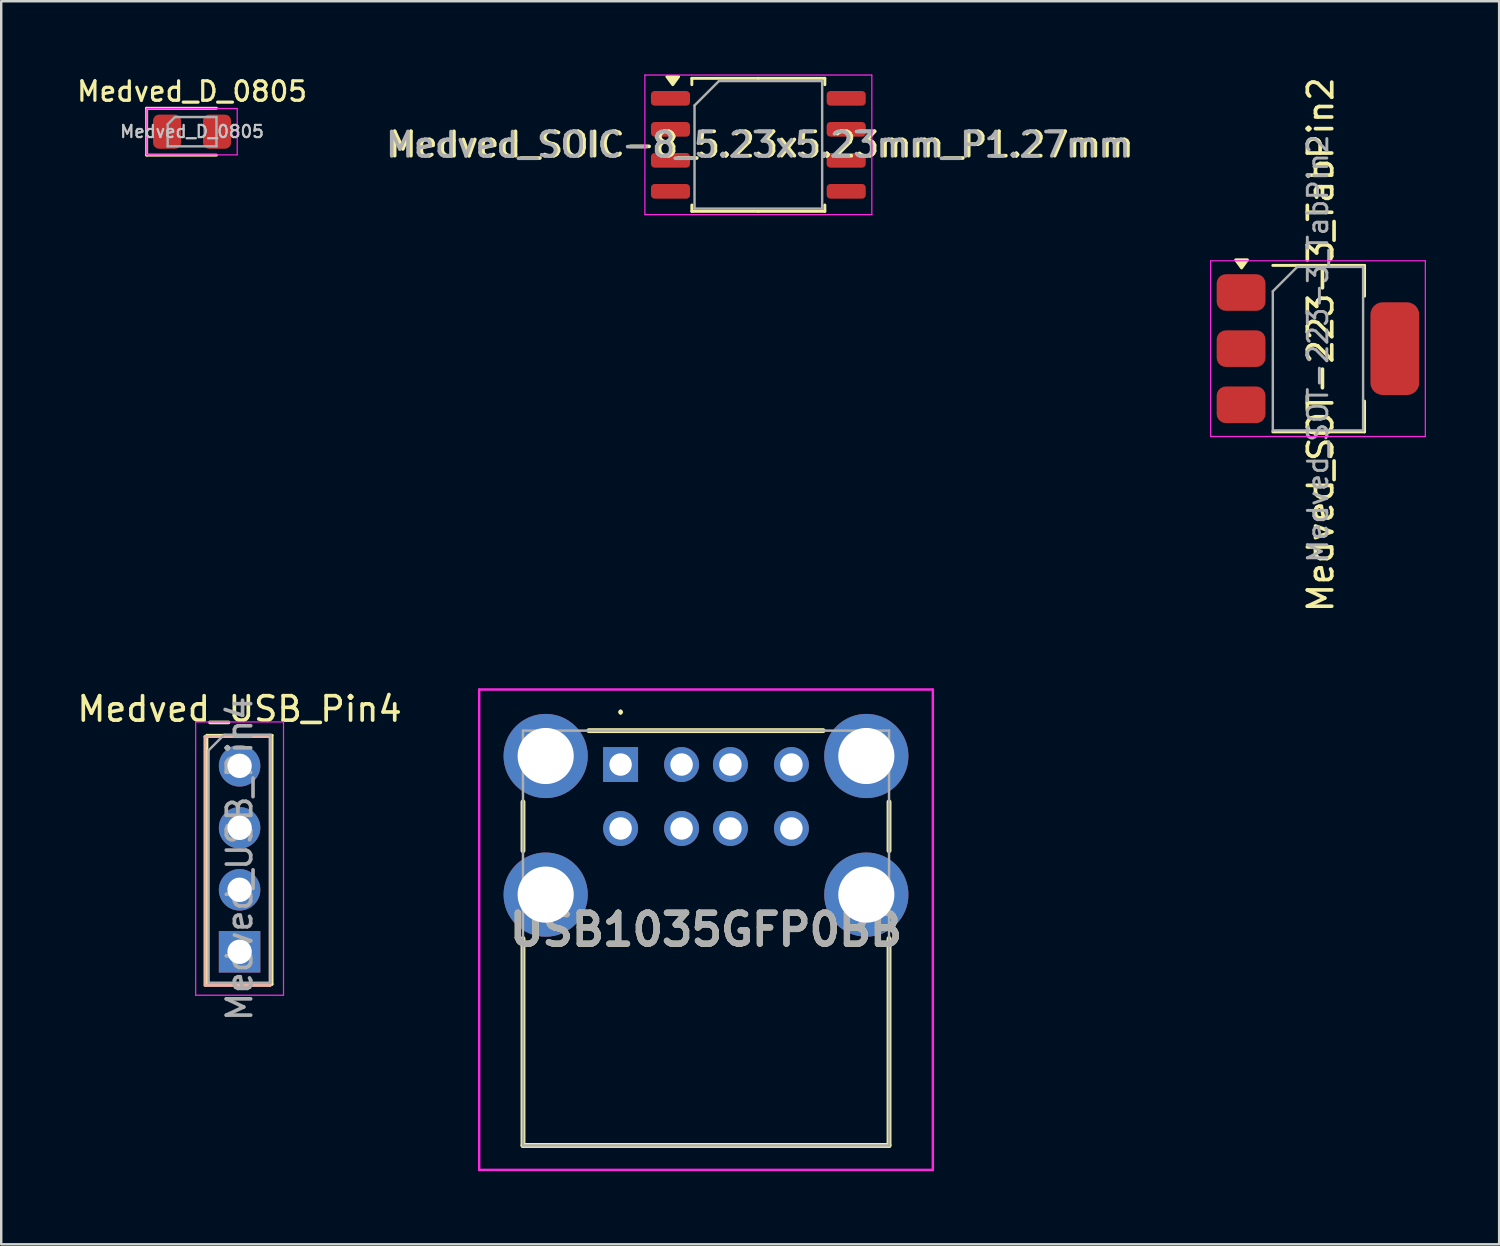
<source format=kicad_pcb>
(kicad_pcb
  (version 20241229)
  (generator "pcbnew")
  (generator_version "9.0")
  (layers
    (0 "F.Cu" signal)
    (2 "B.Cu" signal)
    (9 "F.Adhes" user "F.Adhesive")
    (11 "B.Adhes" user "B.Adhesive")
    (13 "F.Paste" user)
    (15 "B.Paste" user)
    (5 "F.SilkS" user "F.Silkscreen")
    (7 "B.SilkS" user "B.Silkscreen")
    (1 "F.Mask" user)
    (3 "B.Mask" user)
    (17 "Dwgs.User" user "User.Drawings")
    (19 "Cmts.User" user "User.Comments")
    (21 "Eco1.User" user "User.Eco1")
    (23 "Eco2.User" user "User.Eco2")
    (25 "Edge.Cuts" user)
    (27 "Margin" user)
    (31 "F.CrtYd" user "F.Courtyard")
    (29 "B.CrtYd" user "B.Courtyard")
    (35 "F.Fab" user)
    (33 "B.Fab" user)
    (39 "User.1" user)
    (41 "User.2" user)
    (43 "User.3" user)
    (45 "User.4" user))
  (footprint "Medved_SOT-223-3_TabPin2"
    (layer "F.Cu")
    (at 50.958 11.237)
    (property "Reference" "Medved_SOT-223-3_TabPin2" (at 0.11 -0.16 90) (layer "F.SilkS") (effects (font (size 1 1) (thickness 0.15))))
    (attr smd)
    (fp_line (start -1.85 -3.41) (end 1.91 -3.41) (stroke (width 0.12) (type solid)) (layer "F.SilkS"))
    (fp_line (start -1.85 3.41) (end 1.91 3.41) (stroke (width 0.12) (type solid)) (layer "F.SilkS"))
    (fp_line (start 1.91 -3.41) (end 1.91 -2.15) (stroke (width 0.12) (type solid)) (layer "F.SilkS"))
    (fp_line (start 1.91 3.41) (end 1.91 2.15) (stroke (width 0.12) (type solid)) (layer "F.SilkS"))
    (fp_poly (pts (xy -3.13 -3.31) (xy -3.37 -3.64) (xy -2.89 -3.64) (xy -3.13 -3.31)) (stroke (width 0.12) (type solid)) (fill yes) (layer "F.SilkS"))
    (fp_line (start -4.4 -3.6) (end -4.4 3.6) (stroke (width 0.05) (type solid)) (layer "F.CrtYd"))
    (fp_line (start -4.4 3.6) (end 4.4 3.6) (stroke (width 0.05) (type solid)) (layer "F.CrtYd"))
    (fp_line (start 4.4 -3.6) (end -4.4 -3.6) (stroke (width 0.05) (type solid)) (layer "F.CrtYd"))
    (fp_line (start 4.4 3.6) (end 4.4 -3.6) (stroke (width 0.05) (type solid)) (layer "F.CrtYd"))
    (fp_line (start -1.85 -2.35) (end -1.85 3.35) (stroke (width 0.1) (type solid)) (layer "F.Fab"))
    (fp_line (start -1.85 -2.35) (end -0.85 -3.35) (stroke (width 0.1) (type solid)) (layer "F.Fab"))
    (fp_line (start -1.85 3.35) (end 1.85 3.35) (stroke (width 0.1) (type solid)) (layer "F.Fab"))
    (fp_line (start -0.85 -3.35) (end 1.85 -3.35) (stroke (width 0.1) (type solid)) (layer "F.Fab"))
    (fp_line (start 1.85 -3.35) (end 1.85 3.35) (stroke (width 0.1) (type solid)) (layer "F.Fab"))
    (fp_text user "${REFERENCE}" (at 0 0 90) (layer "F.Fab") (effects (font (size 0.8 0.8) (thickness 0.12))))
    (pad "1" smd roundrect (at -3.15 -2.3) (size 2 1.5) (layers "F.Cu" "F.Mask" "F.Paste") (roundrect_rratio 0.25))
    (pad "2" smd roundrect (at -3.15 0) (size 2 1.5) (layers "F.Cu" "F.Mask" "F.Paste") (roundrect_rratio 0.25))
    (pad "2" smd roundrect (at 3.15 0) (size 2 3.8) (layers "F.Cu" "F.Mask" "F.Paste") (roundrect_rratio 0.25))
    (pad "3" smd roundrect (at -3.15 2.3) (size 2 1.5) (layers "F.Cu" "F.Mask" "F.Paste") (roundrect_rratio 0.25)))
  (footprint "USB1035GFP0BB"
    (layer "F.Cu")
    (at 22.381 28.28)
    (property "Reference" "USB1035GFP0BB" (at 3.5 6.767 0) (layer "F.SilkS") (effects (font (size 1.27 1.27) (thickness 0.254))))
    (attr through_hole)
    (fp_line (start -4 1.53) (end -4 3.53) (stroke (width 0.2) (type solid)) (layer "F.SilkS"))
    (fp_line (start -4 7.13) (end -4 15.61) (stroke (width 0.2) (type solid)) (layer "F.SilkS"))
    (fp_line (start -4 15.61) (end 11 15.61) (stroke (width 0.2) (type solid)) (layer "F.SilkS"))
    (fp_line (start -1.3 -1.39) (end 8.3 -1.39) (stroke (width 0.2) (type solid)) (layer "F.SilkS"))
    (fp_line (start 0 -2.2) (end 0 -2.2) (stroke (width 0.1) (type solid)) (layer "F.SilkS"))
    (fp_line (start 0 -2.1) (end 0 -2.1) (stroke (width 0.1) (type solid)) (layer "F.SilkS"))
    (fp_line (start 11 1.53) (end 11 3.53) (stroke (width 0.2) (type solid)) (layer "F.SilkS"))
    (fp_line (start 11 15.61) (end 11 7.13) (stroke (width 0.2) (type solid)) (layer "F.SilkS"))
    (fp_arc (start 0 -2.2) (mid 0.05 -2.15) (end 0 -2.1) (stroke (width 0.1) (type solid)) (layer "F.SilkS"))
    (fp_arc (start 0 -2.1) (mid -0.05 -2.15) (end 0 -2.2) (stroke (width 0.1) (type solid)) (layer "F.SilkS"))
    (fp_line (start -5.795 -3.075) (end 12.795 -3.075) (stroke (width 0.1) (type solid)) (layer "F.CrtYd"))
    (fp_line (start -5.795 16.61) (end -5.795 -3.075) (stroke (width 0.1) (type solid)) (layer "F.CrtYd"))
    (fp_line (start 12.795 -3.075) (end 12.795 16.61) (stroke (width 0.1) (type solid)) (layer "F.CrtYd"))
    (fp_line (start 12.795 16.61) (end -5.795 16.61) (stroke (width 0.1) (type solid)) (layer "F.CrtYd"))
    (fp_line (start -4 -1.39) (end -4 15.61) (stroke (width 0.1) (type solid)) (layer "F.Fab"))
    (fp_line (start -4 15.61) (end 11 15.61) (stroke (width 0.1) (type solid)) (layer "F.Fab"))
    (fp_line (start 11 -1.39) (end -4 -1.39) (stroke (width 0.1) (type solid)) (layer "F.Fab"))
    (fp_line (start 11 15.61) (end 11 -1.39) (stroke (width 0.1) (type solid)) (layer "F.Fab"))
    (fp_text user "${REFERENCE}" (at 3.5 6.767 0) (layer "F.Fab") (effects (font (size 1.27 1.27) (thickness 0.254))))
    (pad "1" thru_hole circle (at -3.07 -0.35) (size 3.45 3.45) (drill 2.3) (layers "*.Cu" "*.Mask"))
    (pad "2" thru_hole circle (at 10.07 -0.35) (size 3.45 3.45) (drill 2.3) (layers "*.Cu" "*.Mask"))
    (pad "3" thru_hole circle (at -3.07 5.33) (size 3.45 3.45) (drill 2.3) (layers "*.Cu" "*.Mask"))
    (pad "4" thru_hole circle (at 10.07 5.33) (size 3.45 3.45) (drill 2.3) (layers "*.Cu" "*.Mask"))
    (pad "A1" thru_hole rect (at 0 0) (size 1.431 1.431) (drill 0.92) (layers "*.Cu" "*.Mask"))
    (pad "A2" thru_hole circle (at 2.5 0) (size 1.431 1.431) (drill 0.92) (layers "*.Cu" "*.Mask"))
    (pad "A3" thru_hole circle (at 4.5 0) (size 1.431 1.431) (drill 0.92) (layers "*.Cu" "*.Mask"))
    (pad "A4" thru_hole circle (at 7 0) (size 1.431 1.431) (drill 0.92) (layers "*.Cu" "*.Mask"))
    (pad "B1" thru_hole circle (at 0 2.62) (size 1.431 1.431) (drill 0.92) (layers "*.Cu" "*.Mask"))
    (pad "B2" thru_hole circle (at 2.5 2.62) (size 1.431 1.431) (drill 0.92) (layers "*.Cu" "*.Mask"))
    (pad "B3" thru_hole circle (at 4.5 2.62) (size 1.431 1.431) (drill 0.92) (layers "*.Cu" "*.Mask"))
    (pad "B4" thru_hole circle (at 7 2.62) (size 1.431 1.431) (drill 0.92) (layers "*.Cu" "*.Mask")))
  (footprint "Medved_D_0805"
    (layer "F.Cu")
    (at 4.82 2.346)
    (property "Reference" "Medved_D_0805" (at 0 -1.65 0) (layer "F.SilkS") (effects (font (size 0.8 0.8) (thickness 0.13))))
    (property "Value" "Medved_D_0805" (at 0 1.65 0) (layer "F.Fab") (hide yes) (effects (font (size 1 1) (thickness 0.15))))
    (attr smd)
    (fp_line (start -1.86 -0.96) (end -1.86 0.96) (stroke (width 0.12) (type solid)) (layer "F.SilkS"))
    (fp_line (start -1.86 0.96) (end 1 0.96) (stroke (width 0.12) (type solid)) (layer "F.SilkS"))
    (fp_line (start 1 -0.96) (end -1.86 -0.96) (stroke (width 0.12) (type solid)) (layer "F.SilkS"))
    (fp_line (start -1.85 -0.95) (end 1.85 -0.95) (stroke (width 0.05) (type solid)) (layer "F.CrtYd"))
    (fp_line (start -1.85 0.95) (end -1.85 -0.95) (stroke (width 0.05) (type solid)) (layer "F.CrtYd"))
    (fp_line (start 1.85 -0.95) (end 1.85 0.95) (stroke (width 0.05) (type solid)) (layer "F.CrtYd"))
    (fp_line (start 1.85 0.95) (end -1.85 0.95) (stroke (width 0.05) (type solid)) (layer "F.CrtYd"))
    (fp_line (start -1 -0.3) (end -1 0.6) (stroke (width 0.1) (type solid)) (layer "F.Fab"))
    (fp_line (start -1 0.6) (end 1 0.6) (stroke (width 0.1) (type solid)) (layer "F.Fab"))
    (fp_line (start -0.7 -0.6) (end -1 -0.3) (stroke (width 0.1) (type solid)) (layer "F.Fab"))
    (fp_line (start 1 -0.6) (end -0.7 -0.6) (stroke (width 0.1) (type solid)) (layer "F.Fab"))
    (fp_line (start 1 0.6) (end 1 -0.6) (stroke (width 0.1) (type solid)) (layer "F.Fab"))
    (fp_text user "${VALUE}" (at 0 -0.01 0) (layer "Dwgs.User") (effects (font (size 0.5 0.5) (thickness 0.08))))
    (fp_text user "${REFERENCE}" (at 0 0 0) (layer "F.Fab") (effects (font (size 0.5 0.5) (thickness 0.08))))
    (pad "1" smd roundrect (at -1.025 0) (size 1.15 1.4) (layers "F.Cu" "F.Mask" "F.Paste") (roundrect_rratio 0.217))
    (pad "2" smd roundrect (at 1.025 0) (size 1.15 1.4) (layers "F.Cu" "F.Mask" "F.Paste") (roundrect_rratio 0.217)))
  (footprint "Medved_SOIC-8_5.23x5.23mm_P1.27mm"
    (layer "F.Cu")
    (at 28.026 2.885)
    (property "Reference" "Medved_SOIC-8_5.23x5.23mm_P1.27mm" (at 0.12 -0.01 0) (layer "F.SilkS") (effects (font (size 1 1) (thickness 0.15))))
    (attr smd)
    (fp_line (start -2.725 -2.725) (end -2.725 -2.465) (stroke (width 0.12) (type solid)) (layer "F.SilkS"))
    (fp_line (start -2.725 2.725) (end -2.725 2.465) (stroke (width 0.12) (type solid)) (layer "F.SilkS"))
    (fp_line (start 0 -2.725) (end -2.725 -2.725) (stroke (width 0.12) (type solid)) (layer "F.SilkS"))
    (fp_line (start 0 -2.725) (end 2.725 -2.725) (stroke (width 0.12) (type solid)) (layer "F.SilkS"))
    (fp_line (start 0 2.725) (end -2.725 2.725) (stroke (width 0.12) (type solid)) (layer "F.SilkS"))
    (fp_line (start 0 2.725) (end 2.725 2.725) (stroke (width 0.12) (type solid)) (layer "F.SilkS"))
    (fp_line (start 2.725 -2.725) (end 2.725 -2.465) (stroke (width 0.12) (type solid)) (layer "F.SilkS"))
    (fp_line (start 2.725 2.725) (end 2.725 2.465) (stroke (width 0.12) (type solid)) (layer "F.SilkS"))
    (fp_poly (pts (xy -3.507 -2.465) (xy -3.748 -2.795) (xy -3.268 -2.795) (xy -3.507 -2.465)) (stroke (width 0.12) (type solid)) (fill yes) (layer "F.SilkS"))
    (fp_line (start -4.65 -2.86) (end -4.65 2.86) (stroke (width 0.05) (type solid)) (layer "F.CrtYd"))
    (fp_line (start -4.65 2.86) (end 4.65 2.86) (stroke (width 0.05) (type solid)) (layer "F.CrtYd"))
    (fp_line (start 4.65 -2.86) (end -4.65 -2.86) (stroke (width 0.05) (type solid)) (layer "F.CrtYd"))
    (fp_line (start 4.65 2.86) (end 4.65 -2.86) (stroke (width 0.05) (type solid)) (layer "F.CrtYd"))
    (fp_line (start -2.615 -1.615) (end -1.615 -2.615) (stroke (width 0.1) (type solid)) (layer "F.Fab"))
    (fp_line (start -2.615 2.615) (end -2.615 -1.615) (stroke (width 0.1) (type solid)) (layer "F.Fab"))
    (fp_line (start -1.615 -2.615) (end 2.615 -2.615) (stroke (width 0.1) (type solid)) (layer "F.Fab"))
    (fp_line (start 2.615 -2.615) (end 2.615 2.615) (stroke (width 0.1) (type solid)) (layer "F.Fab"))
    (fp_line (start 2.615 2.615) (end -2.615 2.615) (stroke (width 0.1) (type solid)) (layer "F.Fab"))
    (fp_text user "${REFERENCE}" (at 0 0 0) (layer "F.Fab") (effects (font (size 1 1) (thickness 0.15))))
    (pad "1" smd roundrect (at -3.6 -1.905) (size 1.6 0.6) (layers "F.Cu" "F.Mask" "F.Paste") (roundrect_rratio 0.25))
    (pad "2" smd roundrect (at -3.6 -0.635) (size 1.6 0.6) (layers "F.Cu" "F.Mask" "F.Paste") (roundrect_rratio 0.25))
    (pad "3" smd roundrect (at -3.6 0.635) (size 1.6 0.6) (layers "F.Cu" "F.Mask" "F.Paste") (roundrect_rratio 0.25))
    (pad "4" smd roundrect (at -3.6 1.905) (size 1.6 0.6) (layers "F.Cu" "F.Mask" "F.Paste") (roundrect_rratio 0.25))
    (pad "5" smd roundrect (at 3.6 1.905) (size 1.6 0.6) (layers "F.Cu" "F.Mask" "F.Paste") (roundrect_rratio 0.25))
    (pad "6" smd roundrect (at 3.6 0.635) (size 1.6 0.6) (layers "F.Cu" "F.Mask" "F.Paste") (roundrect_rratio 0.25))
    (pad "7" smd roundrect (at 3.6 -0.635) (size 1.6 0.6) (layers "F.Cu" "F.Mask" "F.Paste") (roundrect_rratio 0.25))
    (pad "8" smd roundrect (at 3.6 -1.905) (size 1.6 0.6) (layers "F.Cu" "F.Mask" "F.Paste") (roundrect_rratio 0.25)))
  (footprint "Medved_USB_Pin4"
    (layer "F.Cu")
    (at 6.768 28.333)
    (property "Reference" "Medved_USB_Pin4" (at 0 -2.33 0) (layer "F.SilkS") (effects (font (size 1 1) (thickness 0.15))))
    (attr through_hole)
    (fp_line (start -1.34 -1.25) (end -1.34 8.935) (stroke (width 0.12) (type solid)) (layer "F.SilkS"))
    (fp_line (start -1.34 -1.25) (end 1.33 -1.25) (stroke (width 0.12) (type solid)) (layer "F.SilkS"))
    (fp_line (start -1.33 8.95) (end 1.33 8.95) (stroke (width 0.12) (type solid)) (layer "F.SilkS"))
    (fp_line (start 1.33 -1.25) (end 1.33 8.95) (stroke (width 0.12) (type solid)) (layer "F.SilkS"))
    (fp_line (start -1.42 -1.2) (end -1.42 8.985) (stroke (width 0.12) (type solid)) (layer "B.SilkS"))
    (fp_line (start -1.42 -1.2) (end 1.25 -1.2) (stroke (width 0.12) (type solid)) (layer "B.SilkS"))
    (fp_line (start -1.41 9) (end 1.25 9) (stroke (width 0.12) (type solid)) (layer "B.SilkS"))
    (fp_line (start 1.25 -1.2) (end 1.25 9) (stroke (width 0.12) (type solid)) (layer "B.SilkS"))
    (fp_line (start -1.8 -1.8) (end -1.8 9.4) (stroke (width 0.05) (type solid)) (layer "F.CrtYd"))
    (fp_line (start -1.8 9.4) (end 1.8 9.4) (stroke (width 0.05) (type solid)) (layer "F.CrtYd"))
    (fp_line (start 1.8 -1.8) (end -1.8 -1.8) (stroke (width 0.05) (type solid)) (layer "F.CrtYd"))
    (fp_line (start 1.8 9.4) (end 1.8 -1.8) (stroke (width 0.05) (type solid)) (layer "F.CrtYd"))
    (fp_line (start -1.27 -0.635) (end -0.635 -1.27) (stroke (width 0.1) (type solid)) (layer "F.Fab"))
    (fp_line (start -1.27 8.89) (end -1.27 -0.635) (stroke (width 0.1) (type solid)) (layer "F.Fab"))
    (fp_line (start -0.635 -1.27) (end 1.27 -1.27) (stroke (width 0.1) (type solid)) (layer "F.Fab"))
    (fp_line (start 1.27 -1.27) (end 1.27 8.89) (stroke (width 0.1) (type solid)) (layer "F.Fab"))
    (fp_line (start 1.27 8.89) (end -1.27 8.89) (stroke (width 0.1) (type solid)) (layer "F.Fab"))
    (fp_text user "${REFERENCE}" (at 0 3.81 90) (layer "F.Fab") (effects (font (size 1 1) (thickness 0.15))))
    (pad "1" thru_hole circle (at 0 0) (size 1.7 1.7) (drill 1) (layers "*.Cu" "*.Mask"))
    (pad "2" thru_hole oval (at 0 2.54) (size 1.7 1.7) (drill 1) (layers "*.Cu" "*.Mask"))
    (pad "3" thru_hole oval (at 0 5.08) (size 1.7 1.7) (drill 1) (layers "*.Cu" "*.Mask"))
    (pad "4" thru_hole rect (at 0 7.62) (size 1.7 1.7) (drill 1) (layers "*.Cu" "*.Mask")))
  (gr_rect
    (start -3 -3)
    (end 58.383 47.94)
    (stroke (width 0.1) (type default))
    (fill no)
    (layer "Edge.Cuts")))
</source>
